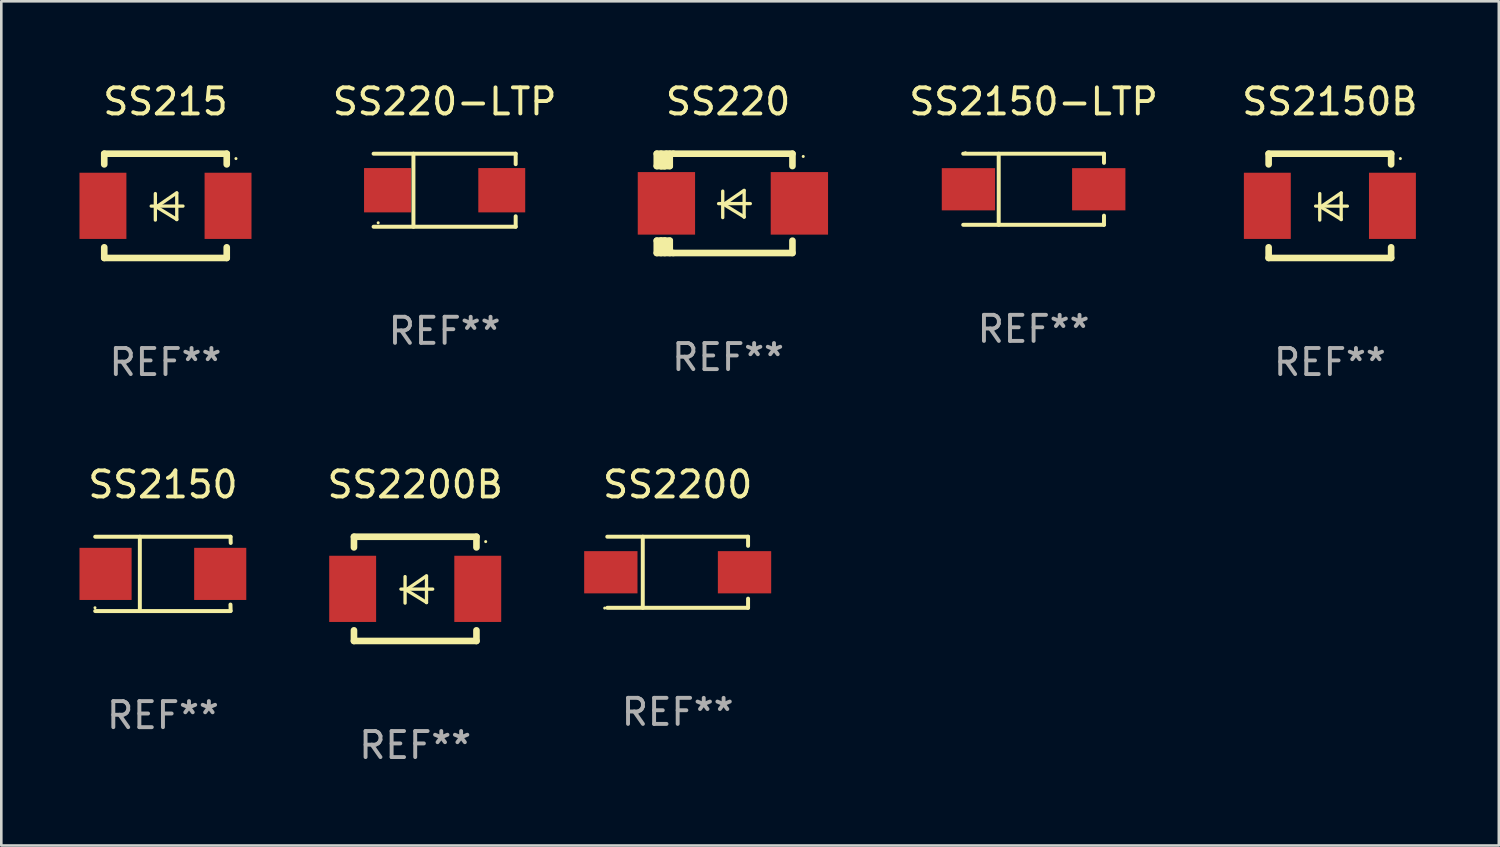
<source format=kicad_pcb>
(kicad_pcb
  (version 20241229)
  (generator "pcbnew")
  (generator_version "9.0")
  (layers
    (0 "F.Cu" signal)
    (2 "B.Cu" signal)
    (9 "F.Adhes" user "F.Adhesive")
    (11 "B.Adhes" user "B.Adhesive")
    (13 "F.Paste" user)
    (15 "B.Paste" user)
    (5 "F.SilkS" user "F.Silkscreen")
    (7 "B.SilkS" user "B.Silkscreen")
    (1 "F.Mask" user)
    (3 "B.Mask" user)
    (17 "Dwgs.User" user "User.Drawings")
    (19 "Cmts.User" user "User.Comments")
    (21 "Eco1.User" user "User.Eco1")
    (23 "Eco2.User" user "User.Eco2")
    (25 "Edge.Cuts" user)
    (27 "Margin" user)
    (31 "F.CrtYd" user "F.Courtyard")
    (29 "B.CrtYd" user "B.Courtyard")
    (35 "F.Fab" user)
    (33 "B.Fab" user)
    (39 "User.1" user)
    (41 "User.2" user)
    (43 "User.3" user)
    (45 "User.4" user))
  (footprint "SS2150-LTP"
    (layer "F.Cu")
    (at 36.61 4.212)
    (property "Reference" "SS2150-LTP" (at 0 -3.364 0) (layer "F.SilkS") (effects (font (size 1 1) (thickness 0.15))))
    (attr through_hole)
    (fp_line (start -2.701 -1.364) (end 2.701 -1.364) (stroke (width 0.152) (type solid)) (layer "F.SilkS"))
    (fp_line (start -2.701 1.364) (end 2.701 1.364) (stroke (width 0.152) (type solid)) (layer "F.SilkS"))
    (fp_line (start -1.339 -1.364) (end -1.339 1.364) (stroke (width 0.152) (type solid)) (layer "F.SilkS"))
    (fp_line (start 2.701 -1.364) (end 2.701 -1.013) (stroke (width 0.152) (type solid)) (layer "F.SilkS"))
    (fp_line (start 2.701 1.364) (end 2.701 1.013) (stroke (width 0.152) (type solid)) (layer "F.SilkS"))
    (fp_circle (center -2.615 -1.4) (end -2.585 -1.4) (stroke (width 0.06) (type solid)) (fill no) (layer "F.SilkS"))
    (fp_text user "REF**" (at 0 5.364 0) (layer "F.Fab") (effects (font (size 1 1) (thickness 0.15))))
    (pad "1" smd rect (at -2.5 0) (size 2.046 1.62) (layers "F.Cu" "F.Mask" "F.Paste"))
    (pad "2" smd rect (at 2.5 0) (size 2.046 1.62) (layers "F.Cu" "F.Mask" "F.Paste")))
  (footprint "SS2150"
    (layer "F.Cu")
    (at 3.203 18.971)
    (property "Reference" "SS2150" (at 0 -3.426 0) (layer "F.SilkS") (effects (font (size 1 1) (thickness 0.15))))
    (attr through_hole)
    (fp_line (start -2.6 -1.426) (end 2.593 -1.426) (stroke (width 0.152) (type solid)) (layer "F.SilkS"))
    (fp_line (start -2.6 1.426) (end 2.593 1.426) (stroke (width 0.152) (type solid)) (layer "F.SilkS"))
    (fp_line (start -0.887 -1.426) (end -0.887 1.426) (stroke (width 0.152) (type solid)) (layer "F.SilkS"))
    (fp_line (start 2.59 1.176) (end 2.597 1.415) (stroke (width 0.152) (type solid)) (layer "F.SilkS"))
    (fp_line (start 2.593 -1.426) (end 2.6 -1.187) (stroke (width 0.152) (type solid)) (layer "F.SilkS"))
    (fp_circle (center -2.608 1.3) (end -2.578 1.3) (stroke (width 0.06) (type solid)) (fill no) (layer "F.SilkS"))
    (fp_text user "REF**" (at 0 5.426 0) (layer "F.Fab") (effects (font (size 1 1) (thickness 0.15))))
    (pad "1" smd rect (at -2.203 0 180) (size 2 2) (layers "F.Cu" "F.Mask" "F.Paste"))
    (pad "2" smd rect (at 2.197 0 180) (size 2 2) (layers "F.Cu" "F.Mask" "F.Paste")))
  (footprint "SS2150B"
    (layer "F.Cu")
    (at 47.979 4.848)
    (property "Reference" "SS2150B" (at 0 -4 0) (layer "F.SilkS") (effects (font (size 1 1) (thickness 0.15))))
    (attr through_hole)
    (fp_line (start -2.35 -2) (end -2.35 -1.591) (stroke (width 0.254) (type solid)) (layer "F.SilkS"))
    (fp_line (start -2.35 -2) (end 2.35 -2) (stroke (width 0.254) (type solid)) (layer "F.SilkS"))
    (fp_line (start -2.35 1.591) (end -2.35 2) (stroke (width 0.254) (type solid)) (layer "F.SilkS"))
    (fp_line (start -2.35 2) (end 2.35 2) (stroke (width 0.254) (type solid)) (layer "F.SilkS"))
    (fp_line (start -0.548 0.01) (end 0.671 0.01) (stroke (width 0.127) (type solid)) (layer "F.SilkS"))
    (fp_line (start -0.389 -0.47) (end -0.389 0.546) (stroke (width 0.127) (type solid)) (layer "F.SilkS"))
    (fp_line (start -0.35 0.04) (end 0.433 0.52) (stroke (width 0.127) (type solid)) (layer "F.SilkS"))
    (fp_line (start 0.433 -0.5) (end -0.35 0.04) (stroke (width 0.127) (type solid)) (layer "F.SilkS"))
    (fp_line (start 0.433 0.53) (end 0.433 -0.486) (stroke (width 0.127) (type solid)) (layer "F.SilkS"))
    (fp_line (start 2.35 -2) (end 2.35 -1.591) (stroke (width 0.254) (type solid)) (layer "F.SilkS"))
    (fp_line (start 2.35 1.591) (end 2.35 2) (stroke (width 0.254) (type solid)) (layer "F.SilkS"))
    (fp_circle (center 2.704 -1.813) (end 2.734 -1.813) (stroke (width 0.06) (type solid)) (fill no) (layer "F.SilkS"))
    (fp_text user "REF**" (at 0 6 0) (layer "F.Fab") (effects (font (size 1 1) (thickness 0.15))))
    (pad "1" smd rect (at 2.4 0) (size 1.8 2.54) (layers "F.Cu" "F.Mask" "F.Paste"))
    (pad "2" smd rect (at -2.4 0) (size 1.8 2.54) (layers "F.Cu" "F.Mask" "F.Paste")))
  (footprint "SS220"
    (layer "F.Cu")
    (at 24.887 4.753)
    (property "Reference" "SS220" (at 0 -3.905 0) (layer "F.SilkS") (effects (font (size 1 1) (thickness 0.15))))
    (attr through_hole)
    (fp_line (start -2.736 -1.905) (end -2.736 -1.431) (stroke (width 0.254) (type solid)) (layer "F.SilkS"))
    (fp_line (start -2.736 -1.431) (end -2.432 -1.431) (stroke (width 0.254) (type solid)) (layer "F.SilkS"))
    (fp_line (start -2.736 1.431) (end -2.736 1.905) (stroke (width 0.254) (type solid)) (layer "F.SilkS"))
    (fp_line (start -2.736 1.431) (end -2.572 1.431) (stroke (width 0.254) (type solid)) (layer "F.SilkS"))
    (fp_line (start -2.736 1.905) (end -2.102 1.905) (stroke (width 0.254) (type solid)) (layer "F.SilkS"))
    (fp_line (start -2.572 -1.905) (end -2.572 -1.431) (stroke (width 0.254) (type solid)) (layer "F.SilkS"))
    (fp_line (start -2.572 1.431) (end -2.572 1.905) (stroke (width 0.254) (type solid)) (layer "F.SilkS"))
    (fp_line (start -2.432 -1.838) (end -2.365 -1.905) (stroke (width 0.254) (type solid)) (layer "F.SilkS"))
    (fp_line (start -2.432 -1.431) (end -2.432 -1.838) (stroke (width 0.254) (type solid)) (layer "F.SilkS"))
    (fp_line (start -2.432 1.431) (end -2.572 1.431) (stroke (width 0.254) (type solid)) (layer "F.SilkS"))
    (fp_line (start -2.432 1.905) (end -2.432 1.431) (stroke (width 0.254) (type solid)) (layer "F.SilkS"))
    (fp_line (start -2.238 -1.431) (end -2.572 -1.431) (stroke (width 0.254) (type solid)) (layer "F.SilkS"))
    (fp_line (start -2.238 -1.431) (end -2.238 -1.905) (stroke (width 0.254) (type solid)) (layer "F.SilkS"))
    (fp_line (start -2.238 1.431) (end -2.432 1.431) (stroke (width 0.254) (type solid)) (layer "F.SilkS"))
    (fp_line (start -2.238 1.905) (end -2.238 1.431) (stroke (width 0.254) (type solid)) (layer "F.SilkS"))
    (fp_line (start -2.102 -1.905) (end -2.736 -1.905) (stroke (width 0.254) (type solid)) (layer "F.SilkS"))
    (fp_line (start -2.102 -1.905) (end 2.47 -1.905) (stroke (width 0.254) (type solid)) (layer "F.SilkS"))
    (fp_line (start -0.364 0.01) (end 0.854 0.01) (stroke (width 0.127) (type solid)) (layer "F.SilkS"))
    (fp_line (start -0.205 -0.47) (end -0.205 0.546) (stroke (width 0.127) (type solid)) (layer "F.SilkS"))
    (fp_line (start -0.166 0.04) (end 0.616 0.52) (stroke (width 0.127) (type solid)) (layer "F.SilkS"))
    (fp_line (start 0.616 -0.5) (end -0.166 0.04) (stroke (width 0.127) (type solid)) (layer "F.SilkS"))
    (fp_line (start 0.616 0.53) (end 0.616 -0.486) (stroke (width 0.127) (type solid)) (layer "F.SilkS"))
    (fp_line (start 2.47 -1.905) (end 2.47 -1.431) (stroke (width 0.254) (type solid)) (layer "F.SilkS"))
    (fp_line (start 2.47 1.431) (end 2.47 1.905) (stroke (width 0.254) (type solid)) (layer "F.SilkS"))
    (fp_line (start 2.47 1.905) (end -2.102 1.905) (stroke (width 0.254) (type solid)) (layer "F.SilkS"))
    (fp_circle (center 2.884 -1.8) (end 2.914 -1.8) (stroke (width 0.06) (type solid)) (fill no) (layer "F.SilkS"))
    (fp_text user "REF**" (at 0 5.905 0) (layer "F.Fab") (effects (font (size 1 1) (thickness 0.15))))
    (pad "1" smd rect (at 2.736 0) (size 2.2 2.4) (layers "F.Cu" "F.Mask" "F.Paste"))
    (pad "2" smd rect (at -2.366 0) (size 2.2 2.4) (layers "F.Cu" "F.Mask" "F.Paste")))
  (footprint "SS220-LTP"
    (layer "F.Cu")
    (at 14.011 4.249)
    (property "Reference" "SS220-LTP" (at 0 -3.401 0) (layer "F.SilkS") (effects (font (size 1 1) (thickness 0.15))))
    (attr through_hole)
    (fp_line (start -2.726 -1.401) (end 2.726 -1.401) (stroke (width 0.152) (type solid)) (layer "F.SilkS"))
    (fp_line (start -2.726 1.401) (end 2.726 1.401) (stroke (width 0.152) (type solid)) (layer "F.SilkS"))
    (fp_line (start -1.197 -1.401) (end -1.197 1.401) (stroke (width 0.152) (type solid)) (layer "F.SilkS"))
    (fp_line (start 2.726 -1.401) (end 2.726 -1) (stroke (width 0.152) (type solid)) (layer "F.SilkS"))
    (fp_line (start 2.726 1.401) (end 2.726 1) (stroke (width 0.152) (type solid)) (layer "F.SilkS"))
    (fp_circle (center -2.55 1.25) (end -2.52 1.25) (stroke (width 0.06) (type solid)) (fill no) (layer "F.SilkS"))
    (fp_text user "REF**" (at 0 5.401 0) (layer "F.Fab") (effects (font (size 1 1) (thickness 0.15))))
    (pad "1" smd rect (at -2.192 0) (size 1.8 1.7) (layers "F.Cu" "F.Mask" "F.Paste"))
    (pad "2" smd rect (at 2.192 0) (size 1.8 1.7) (layers "F.Cu" "F.Mask" "F.Paste")))
  (footprint "SS2200B"
    (layer "F.Cu")
    (at 12.882 19.545)
    (property "Reference" "SS2200B" (at 0 -4 0) (layer "F.SilkS") (effects (font (size 1 1) (thickness 0.15))))
    (attr through_hole)
    (fp_line (start -2.35 -2) (end -2.35 -1.591) (stroke (width 0.254) (type solid)) (layer "F.SilkS"))
    (fp_line (start -2.35 -2) (end 2.35 -2) (stroke (width 0.254) (type solid)) (layer "F.SilkS"))
    (fp_line (start -2.35 1.591) (end -2.35 2) (stroke (width 0.254) (type solid)) (layer "F.SilkS"))
    (fp_line (start -2.35 2) (end 2.35 2) (stroke (width 0.254) (type solid)) (layer "F.SilkS"))
    (fp_line (start -0.548 0.01) (end 0.671 0.01) (stroke (width 0.127) (type solid)) (layer "F.SilkS"))
    (fp_line (start -0.389 -0.47) (end -0.389 0.546) (stroke (width 0.127) (type solid)) (layer "F.SilkS"))
    (fp_line (start -0.35 0.04) (end 0.433 0.52) (stroke (width 0.127) (type solid)) (layer "F.SilkS"))
    (fp_line (start 0.433 -0.5) (end -0.35 0.04) (stroke (width 0.127) (type solid)) (layer "F.SilkS"))
    (fp_line (start 0.433 0.53) (end 0.433 -0.486) (stroke (width 0.127) (type solid)) (layer "F.SilkS"))
    (fp_line (start 2.35 -2) (end 2.35 -1.591) (stroke (width 0.254) (type solid)) (layer "F.SilkS"))
    (fp_line (start 2.35 1.591) (end 2.35 2) (stroke (width 0.254) (type solid)) (layer "F.SilkS"))
    (fp_circle (center 2.704 -1.813) (end 2.734 -1.813) (stroke (width 0.06) (type solid)) (fill no) (layer "F.SilkS"))
    (fp_text user "REF**" (at 0 6 0) (layer "F.Fab") (effects (font (size 1 1) (thickness 0.15))))
    (pad "1" smd rect (at 2.4 0) (size 1.8 2.54) (layers "F.Cu" "F.Mask" "F.Paste"))
    (pad "2" smd rect (at -2.4 0) (size 1.8 2.54) (layers "F.Cu" "F.Mask" "F.Paste")))
  (footprint "SS215"
    (layer "F.Cu")
    (at 3.3 4.848)
    (property "Reference" "SS215" (at 0 -4 0) (layer "F.SilkS") (effects (font (size 1 1) (thickness 0.15))))
    (attr through_hole)
    (fp_line (start -2.35 -2) (end -2.35 -1.591) (stroke (width 0.254) (type solid)) (layer "F.SilkS"))
    (fp_line (start -2.35 -2) (end 2.35 -2) (stroke (width 0.254) (type solid)) (layer "F.SilkS"))
    (fp_line (start -2.35 1.591) (end -2.35 2) (stroke (width 0.254) (type solid)) (layer "F.SilkS"))
    (fp_line (start -2.35 2) (end 2.35 2) (stroke (width 0.254) (type solid)) (layer "F.SilkS"))
    (fp_line (start -0.548 0.01) (end 0.671 0.01) (stroke (width 0.127) (type solid)) (layer "F.SilkS"))
    (fp_line (start -0.389 -0.47) (end -0.389 0.546) (stroke (width 0.127) (type solid)) (layer "F.SilkS"))
    (fp_line (start -0.35 0.04) (end 0.433 0.52) (stroke (width 0.127) (type solid)) (layer "F.SilkS"))
    (fp_line (start 0.433 -0.5) (end -0.35 0.04) (stroke (width 0.127) (type solid)) (layer "F.SilkS"))
    (fp_line (start 0.433 0.53) (end 0.433 -0.486) (stroke (width 0.127) (type solid)) (layer "F.SilkS"))
    (fp_line (start 2.35 -2) (end 2.35 -1.591) (stroke (width 0.254) (type solid)) (layer "F.SilkS"))
    (fp_line (start 2.35 1.591) (end 2.35 2) (stroke (width 0.254) (type solid)) (layer "F.SilkS"))
    (fp_circle (center 2.704 -1.813) (end 2.734 -1.813) (stroke (width 0.06) (type solid)) (fill no) (layer "F.SilkS"))
    (fp_text user "REF**" (at 0 6 0) (layer "F.Fab") (effects (font (size 1 1) (thickness 0.15))))
    (pad "1" smd rect (at 2.4 0) (size 1.8 2.54) (layers "F.Cu" "F.Mask" "F.Paste"))
    (pad "2" smd rect (at -2.4 0) (size 1.8 2.54) (layers "F.Cu" "F.Mask" "F.Paste")))
  (footprint "SS2200"
    (layer "F.Cu")
    (at 22.953 18.908)
    (property "Reference" "SS2200" (at 0 -3.364 0) (layer "F.SilkS") (effects (font (size 1 1) (thickness 0.15))))
    (attr through_hole)
    (fp_line (start -2.701 -1.364) (end 2.701 -1.364) (stroke (width 0.152) (type solid)) (layer "F.SilkS"))
    (fp_line (start -2.701 1.364) (end 2.701 1.364) (stroke (width 0.152) (type solid)) (layer "F.SilkS"))
    (fp_line (start -1.339 -1.364) (end -1.339 1.364) (stroke (width 0.152) (type solid)) (layer "F.SilkS"))
    (fp_line (start 2.701 -1.364) (end 2.701 -1.013) (stroke (width 0.152) (type solid)) (layer "F.SilkS"))
    (fp_line (start 2.701 1.364) (end 2.701 1.013) (stroke (width 0.152) (type solid)) (layer "F.SilkS"))
    (fp_circle (center -2.8 1.375) (end -2.77 1.375) (stroke (width 0.06) (type solid)) (fill no) (layer "F.SilkS"))
    (fp_text user "REF**" (at 0 5.364 0) (layer "F.Fab") (effects (font (size 1 1) (thickness 0.15))))
    (pad "1" smd rect (at -2.565 -0.000025) (size 2.046 1.62) (layers "F.Cu" "F.Mask" "F.Paste"))
    (pad "2" smd rect (at 2.565 -0.000025) (size 2.046 1.62) (layers "F.Cu" "F.Mask" "F.Paste")))
  (gr_rect
    (start -3 -3)
    (end 54.461 29.393)
    (stroke (width 0.1) (type default))
    (fill no)
    (layer "Edge.Cuts")))
</source>
